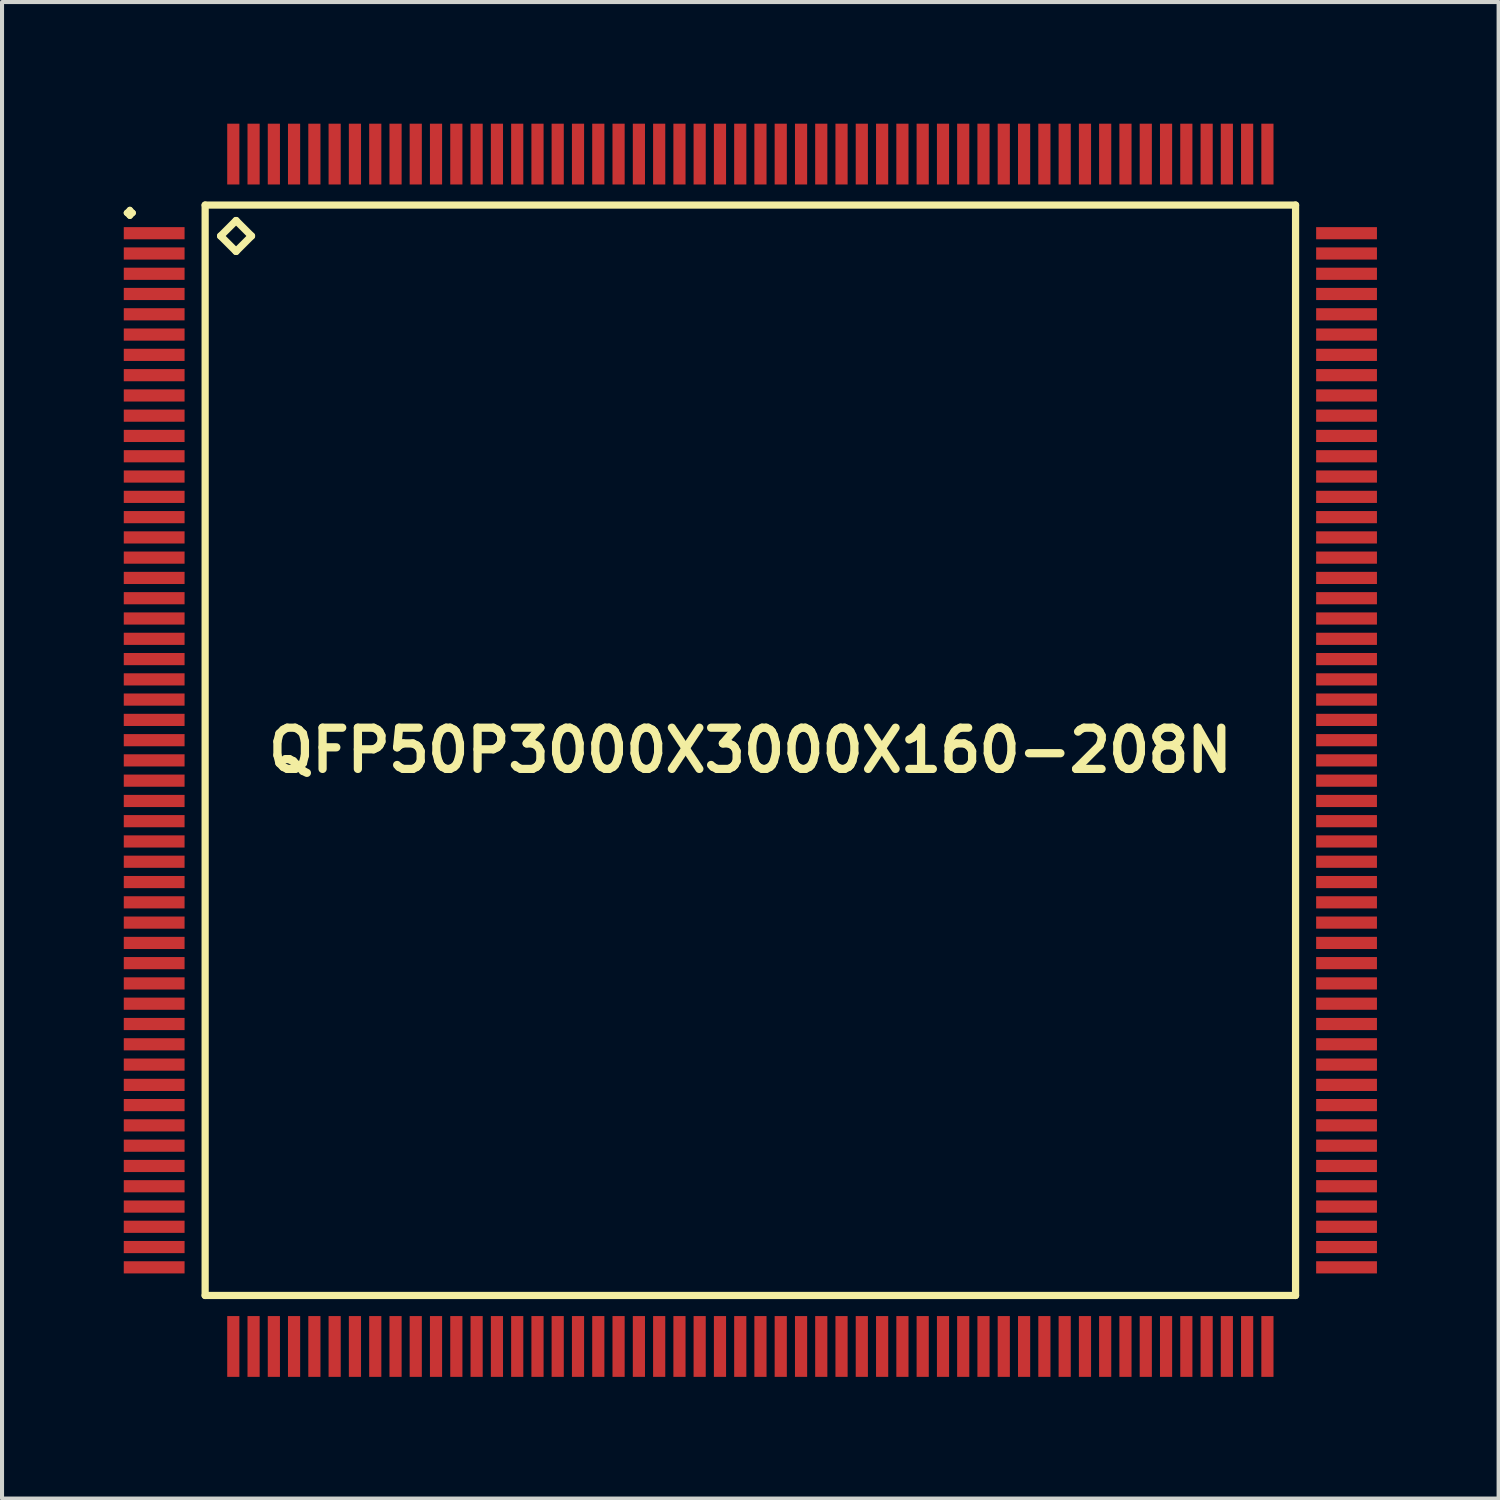
<source format=kicad_pcb>
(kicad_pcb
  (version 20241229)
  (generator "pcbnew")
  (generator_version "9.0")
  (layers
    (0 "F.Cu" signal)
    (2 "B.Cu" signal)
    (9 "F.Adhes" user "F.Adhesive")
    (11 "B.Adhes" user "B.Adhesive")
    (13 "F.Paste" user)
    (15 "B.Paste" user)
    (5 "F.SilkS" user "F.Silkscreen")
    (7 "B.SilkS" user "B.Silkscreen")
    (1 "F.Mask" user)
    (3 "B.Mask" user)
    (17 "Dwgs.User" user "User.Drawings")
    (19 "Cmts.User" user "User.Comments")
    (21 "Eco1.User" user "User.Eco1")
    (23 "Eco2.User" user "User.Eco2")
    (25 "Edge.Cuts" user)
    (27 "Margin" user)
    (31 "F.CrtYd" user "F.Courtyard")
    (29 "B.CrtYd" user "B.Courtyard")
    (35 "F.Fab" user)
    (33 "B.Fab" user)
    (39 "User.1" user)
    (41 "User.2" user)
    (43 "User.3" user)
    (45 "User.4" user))
  (footprint "QFP50P3000X3000X160-208N"
    (layer "F.Cu")
    (at 15.45 15.448)
    (property "Reference" "QFP50P3000X3000X160-208N" (at 0 0 0) (layer "F.SilkS") (effects (font (size 1.016 1.016) (thickness 0.203))))
    (attr smd)
    (fp_line (start -15.375 -13.249) (end -15.298 -13.325) (stroke (width 0.15) (type solid)) (layer "F.SilkS"))
    (fp_line (start -15.298 -13.325) (end -15.225 -13.249) (stroke (width 0.15) (type solid)) (layer "F.SilkS"))
    (fp_line (start -15.298 -13.175) (end -15.375 -13.249) (stroke (width 0.15) (type solid)) (layer "F.SilkS"))
    (fp_line (start -15.225 -13.249) (end -15.298 -13.175) (stroke (width 0.15) (type solid)) (layer "F.SilkS"))
    (fp_line (start -13.442 -13.442) (end -13.442 13.442) (stroke (width 0.178) (type solid)) (layer "F.SilkS"))
    (fp_line (start -13.442 13.442) (end 13.442 13.442) (stroke (width 0.178) (type solid)) (layer "F.SilkS"))
    (fp_line (start -13.061 -12.68) (end -12.68 -13.061) (stroke (width 0.178) (type solid)) (layer "F.SilkS"))
    (fp_line (start -12.68 -13.061) (end -12.299 -12.68) (stroke (width 0.178) (type solid)) (layer "F.SilkS"))
    (fp_line (start -12.68 -12.299) (end -13.061 -12.68) (stroke (width 0.178) (type solid)) (layer "F.SilkS"))
    (fp_line (start -12.299 -12.68) (end -12.68 -12.299) (stroke (width 0.178) (type solid)) (layer "F.SilkS"))
    (fp_line (start 13.442 -13.442) (end -13.442 -13.442) (stroke (width 0.178) (type solid)) (layer "F.SilkS"))
    (fp_line (start 13.442 13.442) (end 13.442 -13.442) (stroke (width 0.178) (type solid)) (layer "F.SilkS"))
    (pad "1" smd rect (at -14.699 -12.748) (size 1.499 0.3) (layers "F.Cu" "F.Mask" "F.Paste"))
    (pad "2" smd rect (at -14.699 -12.248) (size 1.499 0.3) (layers "F.Cu" "F.Mask" "F.Paste"))
    (pad "3" smd rect (at -14.699 -11.748) (size 1.499 0.3) (layers "F.Cu" "F.Mask" "F.Paste"))
    (pad "4" smd rect (at -14.699 -11.25) (size 1.499 0.3) (layers "F.Cu" "F.Mask" "F.Paste"))
    (pad "5" smd rect (at -14.699 -10.749) (size 1.499 0.3) (layers "F.Cu" "F.Mask" "F.Paste"))
    (pad "6" smd rect (at -14.699 -10.249) (size 1.499 0.3) (layers "F.Cu" "F.Mask" "F.Paste"))
    (pad "7" smd rect (at -14.699 -9.749) (size 1.499 0.3) (layers "F.Cu" "F.Mask" "F.Paste"))
    (pad "8" smd rect (at -14.699 -9.248) (size 1.499 0.3) (layers "F.Cu" "F.Mask" "F.Paste"))
    (pad "9" smd rect (at -14.699 -8.748) (size 1.499 0.3) (layers "F.Cu" "F.Mask" "F.Paste"))
    (pad "10" smd rect (at -14.699 -8.25) (size 1.499 0.3) (layers "F.Cu" "F.Mask" "F.Paste"))
    (pad "11" smd rect (at -14.699 -7.75) (size 1.499 0.3) (layers "F.Cu" "F.Mask" "F.Paste"))
    (pad "12" smd rect (at -14.699 -7.249) (size 1.499 0.3) (layers "F.Cu" "F.Mask" "F.Paste"))
    (pad "13" smd rect (at -14.699 -6.749) (size 1.499 0.3) (layers "F.Cu" "F.Mask" "F.Paste"))
    (pad "14" smd rect (at -14.699 -6.248) (size 1.499 0.3) (layers "F.Cu" "F.Mask" "F.Paste"))
    (pad "15" smd rect (at -14.699 -5.748) (size 1.499 0.3) (layers "F.Cu" "F.Mask" "F.Paste"))
    (pad "16" smd rect (at -14.699 -5.248) (size 1.499 0.3) (layers "F.Cu" "F.Mask" "F.Paste"))
    (pad "17" smd rect (at -14.699 -4.75) (size 1.499 0.3) (layers "F.Cu" "F.Mask" "F.Paste"))
    (pad "18" smd rect (at -14.699 -4.249) (size 1.499 0.3) (layers "F.Cu" "F.Mask" "F.Paste"))
    (pad "19" smd rect (at -14.699 -3.749) (size 1.499 0.3) (layers "F.Cu" "F.Mask" "F.Paste"))
    (pad "20" smd rect (at -14.699 -3.249) (size 1.499 0.3) (layers "F.Cu" "F.Mask" "F.Paste"))
    (pad "21" smd rect (at -14.699 -2.748) (size 1.499 0.3) (layers "F.Cu" "F.Mask" "F.Paste"))
    (pad "22" smd rect (at -14.699 -2.248) (size 1.499 0.3) (layers "F.Cu" "F.Mask" "F.Paste"))
    (pad "23" smd rect (at -14.699 -1.748) (size 1.499 0.3) (layers "F.Cu" "F.Mask" "F.Paste"))
    (pad "24" smd rect (at -14.699 -1.25) (size 1.499 0.3) (layers "F.Cu" "F.Mask" "F.Paste"))
    (pad "25" smd rect (at -14.699 -0.749) (size 1.499 0.3) (layers "F.Cu" "F.Mask" "F.Paste"))
    (pad "26" smd rect (at -14.699 -0.249) (size 1.499 0.3) (layers "F.Cu" "F.Mask" "F.Paste"))
    (pad "27" smd rect (at -14.699 0.249) (size 1.499 0.3) (layers "F.Cu" "F.Mask" "F.Paste"))
    (pad "28" smd rect (at -14.699 0.749) (size 1.499 0.3) (layers "F.Cu" "F.Mask" "F.Paste"))
    (pad "29" smd rect (at -14.699 1.25) (size 1.499 0.3) (layers "F.Cu" "F.Mask" "F.Paste"))
    (pad "30" smd rect (at -14.699 1.748) (size 1.499 0.3) (layers "F.Cu" "F.Mask" "F.Paste"))
    (pad "31" smd rect (at -14.699 2.248) (size 1.499 0.3) (layers "F.Cu" "F.Mask" "F.Paste"))
    (pad "32" smd rect (at -14.699 2.748) (size 1.499 0.3) (layers "F.Cu" "F.Mask" "F.Paste"))
    (pad "33" smd rect (at -14.699 3.249) (size 1.499 0.3) (layers "F.Cu" "F.Mask" "F.Paste"))
    (pad "34" smd rect (at -14.699 3.749) (size 1.499 0.3) (layers "F.Cu" "F.Mask" "F.Paste"))
    (pad "35" smd rect (at -14.699 4.249) (size 1.499 0.3) (layers "F.Cu" "F.Mask" "F.Paste"))
    (pad "36" smd rect (at -14.699 4.75) (size 1.499 0.3) (layers "F.Cu" "F.Mask" "F.Paste"))
    (pad "37" smd rect (at -14.699 5.248) (size 1.499 0.3) (layers "F.Cu" "F.Mask" "F.Paste"))
    (pad "38" smd rect (at -14.699 5.748) (size 1.499 0.3) (layers "F.Cu" "F.Mask" "F.Paste"))
    (pad "39" smd rect (at -14.699 6.248) (size 1.499 0.3) (layers "F.Cu" "F.Mask" "F.Paste"))
    (pad "40" smd rect (at -14.699 6.749) (size 1.499 0.3) (layers "F.Cu" "F.Mask" "F.Paste"))
    (pad "41" smd rect (at -14.699 7.249) (size 1.499 0.3) (layers "F.Cu" "F.Mask" "F.Paste"))
    (pad "42" smd rect (at -14.699 7.75) (size 1.499 0.3) (layers "F.Cu" "F.Mask" "F.Paste"))
    (pad "43" smd rect (at -14.699 8.25) (size 1.499 0.3) (layers "F.Cu" "F.Mask" "F.Paste"))
    (pad "44" smd rect (at -14.699 8.748) (size 1.499 0.3) (layers "F.Cu" "F.Mask" "F.Paste"))
    (pad "45" smd rect (at -14.699 9.248) (size 1.499 0.3) (layers "F.Cu" "F.Mask" "F.Paste"))
    (pad "46" smd rect (at -14.699 9.749) (size 1.499 0.3) (layers "F.Cu" "F.Mask" "F.Paste"))
    (pad "47" smd rect (at -14.699 10.249) (size 1.499 0.3) (layers "F.Cu" "F.Mask" "F.Paste"))
    (pad "48" smd rect (at -14.699 10.749) (size 1.499 0.3) (layers "F.Cu" "F.Mask" "F.Paste"))
    (pad "49" smd rect (at -14.699 11.25) (size 1.499 0.3) (layers "F.Cu" "F.Mask" "F.Paste"))
    (pad "50" smd rect (at -14.699 11.748) (size 1.499 0.3) (layers "F.Cu" "F.Mask" "F.Paste"))
    (pad "51" smd rect (at -14.699 12.248) (size 1.499 0.3) (layers "F.Cu" "F.Mask" "F.Paste"))
    (pad "52" smd rect (at -14.699 12.748) (size 1.499 0.3) (layers "F.Cu" "F.Mask" "F.Paste"))
    (pad "53" smd rect (at -12.748 14.699) (size 0.3 1.499) (layers "F.Cu" "F.Mask" "F.Paste"))
    (pad "54" smd rect (at -12.248 14.699) (size 0.3 1.499) (layers "F.Cu" "F.Mask" "F.Paste"))
    (pad "55" smd rect (at -11.748 14.699) (size 0.3 1.499) (layers "F.Cu" "F.Mask" "F.Paste"))
    (pad "56" smd rect (at -11.25 14.699) (size 0.3 1.499) (layers "F.Cu" "F.Mask" "F.Paste"))
    (pad "57" smd rect (at -10.749 14.699) (size 0.3 1.499) (layers "F.Cu" "F.Mask" "F.Paste"))
    (pad "58" smd rect (at -10.249 14.699) (size 0.3 1.499) (layers "F.Cu" "F.Mask" "F.Paste"))
    (pad "59" smd rect (at -9.749 14.699) (size 0.3 1.499) (layers "F.Cu" "F.Mask" "F.Paste"))
    (pad "60" smd rect (at -9.248 14.699) (size 0.3 1.499) (layers "F.Cu" "F.Mask" "F.Paste"))
    (pad "61" smd rect (at -8.748 14.699) (size 0.3 1.499) (layers "F.Cu" "F.Mask" "F.Paste"))
    (pad "62" smd rect (at -8.25 14.699) (size 0.3 1.499) (layers "F.Cu" "F.Mask" "F.Paste"))
    (pad "63" smd rect (at -7.75 14.699) (size 0.3 1.499) (layers "F.Cu" "F.Mask" "F.Paste"))
    (pad "64" smd rect (at -7.249 14.699) (size 0.3 1.499) (layers "F.Cu" "F.Mask" "F.Paste"))
    (pad "65" smd rect (at -6.749 14.699) (size 0.3 1.499) (layers "F.Cu" "F.Mask" "F.Paste"))
    (pad "66" smd rect (at -6.248 14.699) (size 0.3 1.499) (layers "F.Cu" "F.Mask" "F.Paste"))
    (pad "67" smd rect (at -5.748 14.699) (size 0.3 1.499) (layers "F.Cu" "F.Mask" "F.Paste"))
    (pad "68" smd rect (at -5.248 14.699) (size 0.3 1.499) (layers "F.Cu" "F.Mask" "F.Paste"))
    (pad "69" smd rect (at -4.75 14.699) (size 0.3 1.499) (layers "F.Cu" "F.Mask" "F.Paste"))
    (pad "70" smd rect (at -4.249 14.699) (size 0.3 1.499) (layers "F.Cu" "F.Mask" "F.Paste"))
    (pad "71" smd rect (at -3.749 14.699) (size 0.3 1.499) (layers "F.Cu" "F.Mask" "F.Paste"))
    (pad "72" smd rect (at -3.249 14.699) (size 0.3 1.499) (layers "F.Cu" "F.Mask" "F.Paste"))
    (pad "73" smd rect (at -2.748 14.699) (size 0.3 1.499) (layers "F.Cu" "F.Mask" "F.Paste"))
    (pad "74" smd rect (at -2.248 14.699) (size 0.3 1.499) (layers "F.Cu" "F.Mask" "F.Paste"))
    (pad "75" smd rect (at -1.748 14.699) (size 0.3 1.499) (layers "F.Cu" "F.Mask" "F.Paste"))
    (pad "76" smd rect (at -1.25 14.699) (size 0.3 1.499) (layers "F.Cu" "F.Mask" "F.Paste"))
    (pad "77" smd rect (at -0.749 14.699) (size 0.3 1.499) (layers "F.Cu" "F.Mask" "F.Paste"))
    (pad "78" smd rect (at -0.249 14.699) (size 0.3 1.499) (layers "F.Cu" "F.Mask" "F.Paste"))
    (pad "79" smd rect (at 0.249 14.699) (size 0.3 1.499) (layers "F.Cu" "F.Mask" "F.Paste"))
    (pad "80" smd rect (at 0.749 14.699) (size 0.3 1.499) (layers "F.Cu" "F.Mask" "F.Paste"))
    (pad "81" smd rect (at 1.25 14.699) (size 0.3 1.499) (layers "F.Cu" "F.Mask" "F.Paste"))
    (pad "82" smd rect (at 1.748 14.699) (size 0.3 1.499) (layers "F.Cu" "F.Mask" "F.Paste"))
    (pad "83" smd rect (at 2.248 14.699) (size 0.3 1.499) (layers "F.Cu" "F.Mask" "F.Paste"))
    (pad "84" smd rect (at 2.748 14.699) (size 0.3 1.499) (layers "F.Cu" "F.Mask" "F.Paste"))
    (pad "85" smd rect (at 3.249 14.699) (size 0.3 1.499) (layers "F.Cu" "F.Mask" "F.Paste"))
    (pad "86" smd rect (at 3.749 14.699) (size 0.3 1.499) (layers "F.Cu" "F.Mask" "F.Paste"))
    (pad "87" smd rect (at 4.249 14.699) (size 0.3 1.499) (layers "F.Cu" "F.Mask" "F.Paste"))
    (pad "88" smd rect (at 4.75 14.699) (size 0.3 1.499) (layers "F.Cu" "F.Mask" "F.Paste"))
    (pad "89" smd rect (at 5.248 14.699) (size 0.3 1.499) (layers "F.Cu" "F.Mask" "F.Paste"))
    (pad "90" smd rect (at 5.748 14.699) (size 0.3 1.499) (layers "F.Cu" "F.Mask" "F.Paste"))
    (pad "91" smd rect (at 6.248 14.699) (size 0.3 1.499) (layers "F.Cu" "F.Mask" "F.Paste"))
    (pad "92" smd rect (at 6.749 14.699) (size 0.3 1.499) (layers "F.Cu" "F.Mask" "F.Paste"))
    (pad "93" smd rect (at 7.249 14.699) (size 0.3 1.499) (layers "F.Cu" "F.Mask" "F.Paste"))
    (pad "94" smd rect (at 7.75 14.699) (size 0.3 1.499) (layers "F.Cu" "F.Mask" "F.Paste"))
    (pad "95" smd rect (at 8.25 14.699) (size 0.3 1.499) (layers "F.Cu" "F.Mask" "F.Paste"))
    (pad "96" smd rect (at 8.748 14.699) (size 0.3 1.499) (layers "F.Cu" "F.Mask" "F.Paste"))
    (pad "97" smd rect (at 9.248 14.699) (size 0.3 1.499) (layers "F.Cu" "F.Mask" "F.Paste"))
    (pad "98" smd rect (at 9.749 14.699) (size 0.3 1.499) (layers "F.Cu" "F.Mask" "F.Paste"))
    (pad "99" smd rect (at 10.249 14.699) (size 0.3 1.499) (layers "F.Cu" "F.Mask" "F.Paste"))
    (pad "100" smd rect (at 10.749 14.699) (size 0.3 1.499) (layers "F.Cu" "F.Mask" "F.Paste"))
    (pad "101" smd rect (at 11.25 14.699) (size 0.3 1.499) (layers "F.Cu" "F.Mask" "F.Paste"))
    (pad "102" smd rect (at 11.748 14.699) (size 0.3 1.499) (layers "F.Cu" "F.Mask" "F.Paste"))
    (pad "103" smd rect (at 12.248 14.699) (size 0.3 1.499) (layers "F.Cu" "F.Mask" "F.Paste"))
    (pad "104" smd rect (at 12.748 14.699) (size 0.3 1.499) (layers "F.Cu" "F.Mask" "F.Paste"))
    (pad "105" smd rect (at 14.699 12.748) (size 1.499 0.3) (layers "F.Cu" "F.Mask" "F.Paste"))
    (pad "106" smd rect (at 14.699 12.248) (size 1.499 0.3) (layers "F.Cu" "F.Mask" "F.Paste"))
    (pad "107" smd rect (at 14.699 11.748) (size 1.499 0.3) (layers "F.Cu" "F.Mask" "F.Paste"))
    (pad "108" smd rect (at 14.699 11.25) (size 1.499 0.3) (layers "F.Cu" "F.Mask" "F.Paste"))
    (pad "109" smd rect (at 14.699 10.749) (size 1.499 0.3) (layers "F.Cu" "F.Mask" "F.Paste"))
    (pad "110" smd rect (at 14.699 10.249) (size 1.499 0.3) (layers "F.Cu" "F.Mask" "F.Paste"))
    (pad "111" smd rect (at 14.699 9.749) (size 1.499 0.3) (layers "F.Cu" "F.Mask" "F.Paste"))
    (pad "112" smd rect (at 14.699 9.248) (size 1.499 0.3) (layers "F.Cu" "F.Mask" "F.Paste"))
    (pad "113" smd rect (at 14.699 8.748) (size 1.499 0.3) (layers "F.Cu" "F.Mask" "F.Paste"))
    (pad "114" smd rect (at 14.699 8.25) (size 1.499 0.3) (layers "F.Cu" "F.Mask" "F.Paste"))
    (pad "115" smd rect (at 14.699 7.75) (size 1.499 0.3) (layers "F.Cu" "F.Mask" "F.Paste"))
    (pad "116" smd rect (at 14.699 7.249) (size 1.499 0.3) (layers "F.Cu" "F.Mask" "F.Paste"))
    (pad "117" smd rect (at 14.699 6.749) (size 1.499 0.3) (layers "F.Cu" "F.Mask" "F.Paste"))
    (pad "118" smd rect (at 14.699 6.248) (size 1.499 0.3) (layers "F.Cu" "F.Mask" "F.Paste"))
    (pad "119" smd rect (at 14.699 5.748) (size 1.499 0.3) (layers "F.Cu" "F.Mask" "F.Paste"))
    (pad "120" smd rect (at 14.699 5.248) (size 1.499 0.3) (layers "F.Cu" "F.Mask" "F.Paste"))
    (pad "121" smd rect (at 14.699 4.75) (size 1.499 0.3) (layers "F.Cu" "F.Mask" "F.Paste"))
    (pad "122" smd rect (at 14.699 4.249) (size 1.499 0.3) (layers "F.Cu" "F.Mask" "F.Paste"))
    (pad "123" smd rect (at 14.699 3.749) (size 1.499 0.3) (layers "F.Cu" "F.Mask" "F.Paste"))
    (pad "124" smd rect (at 14.699 3.249) (size 1.499 0.3) (layers "F.Cu" "F.Mask" "F.Paste"))
    (pad "125" smd rect (at 14.699 2.748) (size 1.499 0.3) (layers "F.Cu" "F.Mask" "F.Paste"))
    (pad "126" smd rect (at 14.699 2.248) (size 1.499 0.3) (layers "F.Cu" "F.Mask" "F.Paste"))
    (pad "127" smd rect (at 14.699 1.748) (size 1.499 0.3) (layers "F.Cu" "F.Mask" "F.Paste"))
    (pad "128" smd rect (at 14.699 1.25) (size 1.499 0.3) (layers "F.Cu" "F.Mask" "F.Paste"))
    (pad "129" smd rect (at 14.699 0.749) (size 1.499 0.3) (layers "F.Cu" "F.Mask" "F.Paste"))
    (pad "130" smd rect (at 14.699 0.249) (size 1.499 0.3) (layers "F.Cu" "F.Mask" "F.Paste"))
    (pad "131" smd rect (at 14.699 -0.249) (size 1.499 0.3) (layers "F.Cu" "F.Mask" "F.Paste"))
    (pad "132" smd rect (at 14.699 -0.749) (size 1.499 0.3) (layers "F.Cu" "F.Mask" "F.Paste"))
    (pad "133" smd rect (at 14.699 -1.25) (size 1.499 0.3) (layers "F.Cu" "F.Mask" "F.Paste"))
    (pad "134" smd rect (at 14.699 -1.748) (size 1.499 0.3) (layers "F.Cu" "F.Mask" "F.Paste"))
    (pad "135" smd rect (at 14.699 -2.248) (size 1.499 0.3) (layers "F.Cu" "F.Mask" "F.Paste"))
    (pad "136" smd rect (at 14.699 -2.748) (size 1.499 0.3) (layers "F.Cu" "F.Mask" "F.Paste"))
    (pad "137" smd rect (at 14.699 -3.249) (size 1.499 0.3) (layers "F.Cu" "F.Mask" "F.Paste"))
    (pad "138" smd rect (at 14.699 -3.749) (size 1.499 0.3) (layers "F.Cu" "F.Mask" "F.Paste"))
    (pad "139" smd rect (at 14.699 -4.249) (size 1.499 0.3) (layers "F.Cu" "F.Mask" "F.Paste"))
    (pad "140" smd rect (at 14.699 -4.75) (size 1.499 0.3) (layers "F.Cu" "F.Mask" "F.Paste"))
    (pad "141" smd rect (at 14.699 -5.248) (size 1.499 0.3) (layers "F.Cu" "F.Mask" "F.Paste"))
    (pad "142" smd rect (at 14.699 -5.748) (size 1.499 0.3) (layers "F.Cu" "F.Mask" "F.Paste"))
    (pad "143" smd rect (at 14.699 -6.248) (size 1.499 0.3) (layers "F.Cu" "F.Mask" "F.Paste"))
    (pad "144" smd rect (at 14.699 -6.749) (size 1.499 0.3) (layers "F.Cu" "F.Mask" "F.Paste"))
    (pad "145" smd rect (at 14.699 -7.249) (size 1.499 0.3) (layers "F.Cu" "F.Mask" "F.Paste"))
    (pad "146" smd rect (at 14.699 -7.75) (size 1.499 0.3) (layers "F.Cu" "F.Mask" "F.Paste"))
    (pad "147" smd rect (at 14.699 -8.25) (size 1.499 0.3) (layers "F.Cu" "F.Mask" "F.Paste"))
    (pad "148" smd rect (at 14.699 -8.748) (size 1.499 0.3) (layers "F.Cu" "F.Mask" "F.Paste"))
    (pad "149" smd rect (at 14.699 -9.248) (size 1.499 0.3) (layers "F.Cu" "F.Mask" "F.Paste"))
    (pad "150" smd rect (at 14.699 -9.749) (size 1.499 0.3) (layers "F.Cu" "F.Mask" "F.Paste"))
    (pad "151" smd rect (at 14.699 -10.249) (size 1.499 0.3) (layers "F.Cu" "F.Mask" "F.Paste"))
    (pad "152" smd rect (at 14.699 -10.749) (size 1.499 0.3) (layers "F.Cu" "F.Mask" "F.Paste"))
    (pad "153" smd rect (at 14.699 -11.25) (size 1.499 0.3) (layers "F.Cu" "F.Mask" "F.Paste"))
    (pad "154" smd rect (at 14.699 -11.748) (size 1.499 0.3) (layers "F.Cu" "F.Mask" "F.Paste"))
    (pad "155" smd rect (at 14.699 -12.248) (size 1.499 0.3) (layers "F.Cu" "F.Mask" "F.Paste"))
    (pad "156" smd rect (at 14.699 -12.748) (size 1.499 0.3) (layers "F.Cu" "F.Mask" "F.Paste"))
    (pad "157" smd rect (at 12.748 -14.699) (size 0.3 1.499) (layers "F.Cu" "F.Mask" "F.Paste"))
    (pad "158" smd rect (at 12.248 -14.699) (size 0.3 1.499) (layers "F.Cu" "F.Mask" "F.Paste"))
    (pad "159" smd rect (at 11.748 -14.699) (size 0.3 1.499) (layers "F.Cu" "F.Mask" "F.Paste"))
    (pad "160" smd rect (at 11.25 -14.699) (size 0.3 1.499) (layers "F.Cu" "F.Mask" "F.Paste"))
    (pad "161" smd rect (at 10.749 -14.699) (size 0.3 1.499) (layers "F.Cu" "F.Mask" "F.Paste"))
    (pad "162" smd rect (at 10.249 -14.699) (size 0.3 1.499) (layers "F.Cu" "F.Mask" "F.Paste"))
    (pad "163" smd rect (at 9.749 -14.699) (size 0.3 1.499) (layers "F.Cu" "F.Mask" "F.Paste"))
    (pad "164" smd rect (at 9.248 -14.699) (size 0.3 1.499) (layers "F.Cu" "F.Mask" "F.Paste"))
    (pad "165" smd rect (at 8.748 -14.699) (size 0.3 1.499) (layers "F.Cu" "F.Mask" "F.Paste"))
    (pad "166" smd rect (at 8.25 -14.699) (size 0.3 1.499) (layers "F.Cu" "F.Mask" "F.Paste"))
    (pad "167" smd rect (at 7.75 -14.699) (size 0.3 1.499) (layers "F.Cu" "F.Mask" "F.Paste"))
    (pad "168" smd rect (at 7.249 -14.699) (size 0.3 1.499) (layers "F.Cu" "F.Mask" "F.Paste"))
    (pad "169" smd rect (at 6.749 -14.699) (size 0.3 1.499) (layers "F.Cu" "F.Mask" "F.Paste"))
    (pad "170" smd rect (at 6.248 -14.699) (size 0.3 1.499) (layers "F.Cu" "F.Mask" "F.Paste"))
    (pad "171" smd rect (at 5.748 -14.699) (size 0.3 1.499) (layers "F.Cu" "F.Mask" "F.Paste"))
    (pad "172" smd rect (at 5.248 -14.699) (size 0.3 1.499) (layers "F.Cu" "F.Mask" "F.Paste"))
    (pad "173" smd rect (at 4.75 -14.699) (size 0.3 1.499) (layers "F.Cu" "F.Mask" "F.Paste"))
    (pad "174" smd rect (at 4.249 -14.699) (size 0.3 1.499) (layers "F.Cu" "F.Mask" "F.Paste"))
    (pad "175" smd rect (at 3.749 -14.699) (size 0.3 1.499) (layers "F.Cu" "F.Mask" "F.Paste"))
    (pad "176" smd rect (at 3.249 -14.699) (size 0.3 1.499) (layers "F.Cu" "F.Mask" "F.Paste"))
    (pad "177" smd rect (at 2.748 -14.699) (size 0.3 1.499) (layers "F.Cu" "F.Mask" "F.Paste"))
    (pad "178" smd rect (at 2.248 -14.699) (size 0.3 1.499) (layers "F.Cu" "F.Mask" "F.Paste"))
    (pad "179" smd rect (at 1.748 -14.699) (size 0.3 1.499) (layers "F.Cu" "F.Mask" "F.Paste"))
    (pad "180" smd rect (at 1.25 -14.699) (size 0.3 1.499) (layers "F.Cu" "F.Mask" "F.Paste"))
    (pad "181" smd rect (at 0.749 -14.699) (size 0.3 1.499) (layers "F.Cu" "F.Mask" "F.Paste"))
    (pad "182" smd rect (at 0.249 -14.699) (size 0.3 1.499) (layers "F.Cu" "F.Mask" "F.Paste"))
    (pad "183" smd rect (at -0.249 -14.699) (size 0.3 1.499) (layers "F.Cu" "F.Mask" "F.Paste"))
    (pad "184" smd rect (at -0.749 -14.699) (size 0.3 1.499) (layers "F.Cu" "F.Mask" "F.Paste"))
    (pad "185" smd rect (at -1.25 -14.699) (size 0.3 1.499) (layers "F.Cu" "F.Mask" "F.Paste"))
    (pad "186" smd rect (at -1.748 -14.699) (size 0.3 1.499) (layers "F.Cu" "F.Mask" "F.Paste"))
    (pad "187" smd rect (at -2.248 -14.699) (size 0.3 1.499) (layers "F.Cu" "F.Mask" "F.Paste"))
    (pad "188" smd rect (at -2.748 -14.699) (size 0.3 1.499) (layers "F.Cu" "F.Mask" "F.Paste"))
    (pad "189" smd rect (at -3.249 -14.699) (size 0.3 1.499) (layers "F.Cu" "F.Mask" "F.Paste"))
    (pad "190" smd rect (at -3.749 -14.699) (size 0.3 1.499) (layers "F.Cu" "F.Mask" "F.Paste"))
    (pad "191" smd rect (at -4.249 -14.699) (size 0.3 1.499) (layers "F.Cu" "F.Mask" "F.Paste"))
    (pad "192" smd rect (at -4.75 -14.699) (size 0.3 1.499) (layers "F.Cu" "F.Mask" "F.Paste"))
    (pad "193" smd rect (at -5.248 -14.699) (size 0.3 1.499) (layers "F.Cu" "F.Mask" "F.Paste"))
    (pad "194" smd rect (at -5.748 -14.699) (size 0.3 1.499) (layers "F.Cu" "F.Mask" "F.Paste"))
    (pad "195" smd rect (at -6.248 -14.699) (size 0.3 1.499) (layers "F.Cu" "F.Mask" "F.Paste"))
    (pad "196" smd rect (at -6.749 -14.699) (size 0.3 1.499) (layers "F.Cu" "F.Mask" "F.Paste"))
    (pad "197" smd rect (at -7.249 -14.699) (size 0.3 1.499) (layers "F.Cu" "F.Mask" "F.Paste"))
    (pad "198" smd rect (at -7.75 -14.699) (size 0.3 1.499) (layers "F.Cu" "F.Mask" "F.Paste"))
    (pad "199" smd rect (at -8.25 -14.699) (size 0.3 1.499) (layers "F.Cu" "F.Mask" "F.Paste"))
    (pad "200" smd rect (at -8.748 -14.699) (size 0.3 1.499) (layers "F.Cu" "F.Mask" "F.Paste"))
    (pad "201" smd rect (at -9.248 -14.699) (size 0.3 1.499) (layers "F.Cu" "F.Mask" "F.Paste"))
    (pad "202" smd rect (at -9.749 -14.699) (size 0.3 1.499) (layers "F.Cu" "F.Mask" "F.Paste"))
    (pad "203" smd rect (at -10.249 -14.699) (size 0.3 1.499) (layers "F.Cu" "F.Mask" "F.Paste"))
    (pad "204" smd rect (at -10.749 -14.699) (size 0.3 1.499) (layers "F.Cu" "F.Mask" "F.Paste"))
    (pad "205" smd rect (at -11.25 -14.699) (size 0.3 1.499) (layers "F.Cu" "F.Mask" "F.Paste"))
    (pad "206" smd rect (at -11.748 -14.699) (size 0.3 1.499) (layers "F.Cu" "F.Mask" "F.Paste"))
    (pad "207" smd rect (at -12.248 -14.699) (size 0.3 1.499) (layers "F.Cu" "F.Mask" "F.Paste"))
    (pad "208" smd rect (at -12.748 -14.699) (size 0.3 1.499) (layers "F.Cu" "F.Mask" "F.Paste")))
  (gr_rect
    (start -3 -3)
    (end 33.898 33.897)
    (stroke (width 0.1) (type default))
    (fill no)
    (layer "Edge.Cuts")))
</source>
